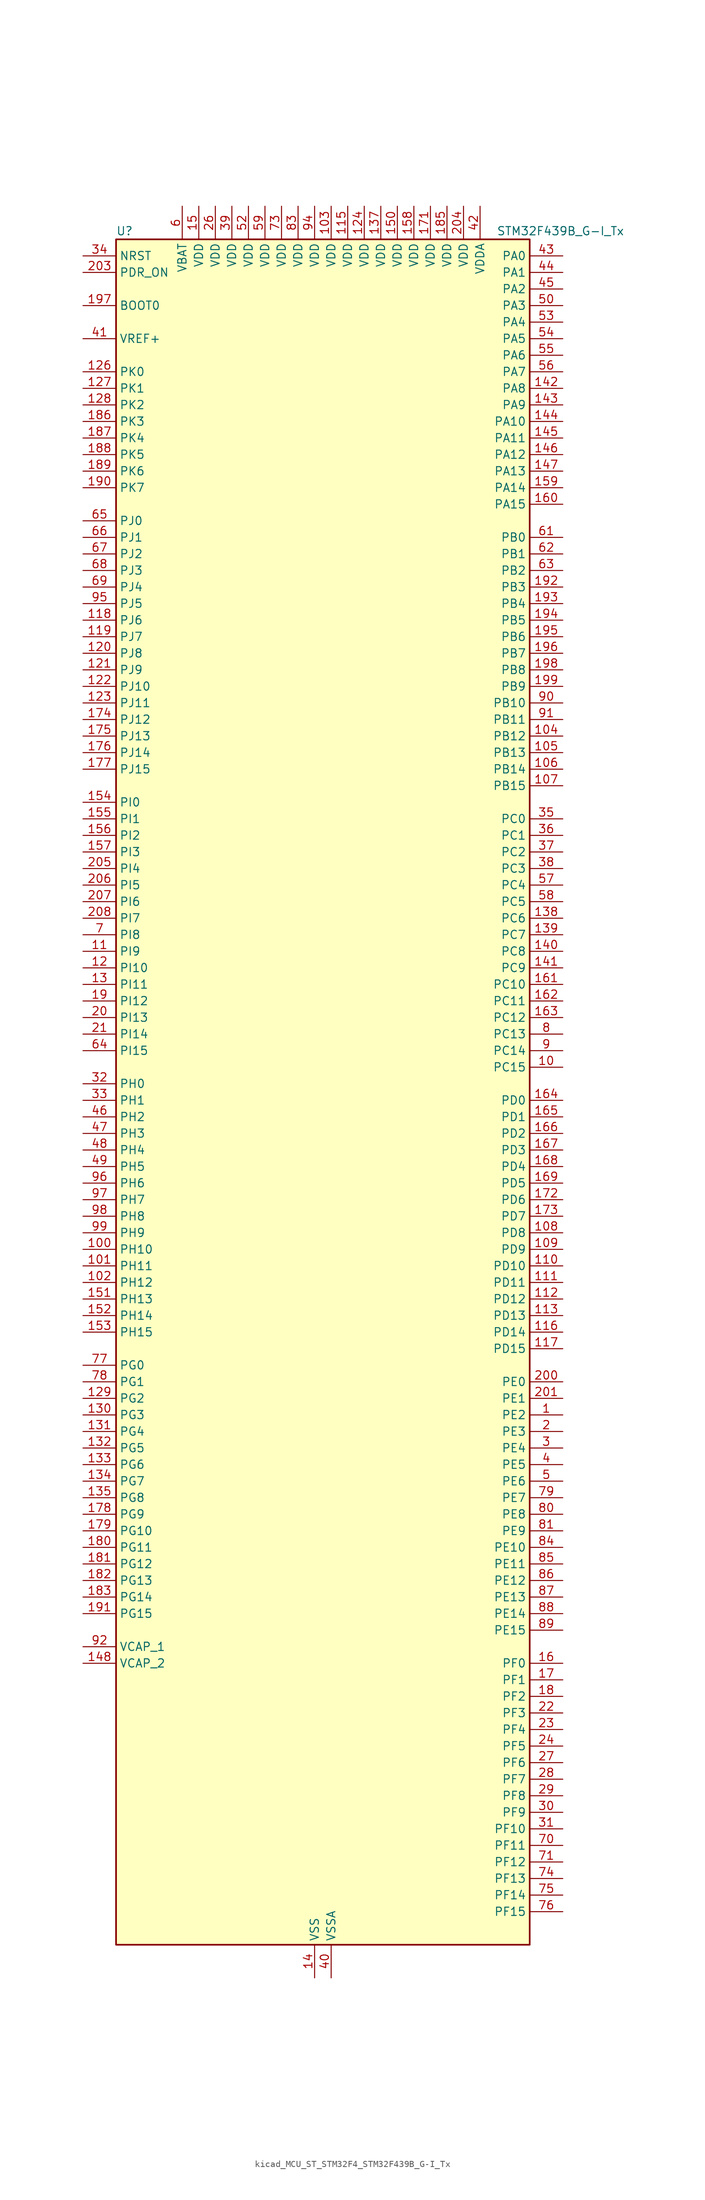
<source format=kicad_sym>
(kicad_symbol_lib
  (version 20220914)
  (generator kicad_symbol_editor)
  (symbol "kicad_MCU_ST_STM32F4_STM32F439B_G-I_Tx"
    (property "Reference" "U"
      (at -30.48 133.35 0)
      (effects (font (size 1.27 1.27)) (justify left)))
    (property "Value" "STM32F439B_G-I_Tx"
      (at 27.94 133.35 0)
      (effects (font (size 1.27 1.27)) (justify left)))
    (property "ki_locked" ""
      (at 0 0 0)
      (effects (font (size 1.27 1.27))))
    (symbol "kicad_MCU_ST_STM32F4_STM32F439B_G-I_Tx_0_1"
      (rectangle (start -30.48 -129.54) (end 33.02 132.08) (stroke (width 0.254) (type default)) (fill (type background))))
    (symbol "kicad_MCU_ST_STM32F4_STM32F439B_G-I_Tx_1_1"
      (pin bidirectional line (at 38.1 -48.26 180) (length 5.08) (name "PE2" (effects (font (size 1.27 1.27)))) (number "1" (effects (font (size 1.27 1.27)))) (alternate "ETH_TXD3" bidirectional line) (alternate "FMC_A23" bidirectional line) (alternate "SAI1_MCLK_A" bidirectional line) (alternate "SPI4_SCK" bidirectional line) (alternate "SYS_TRACECLK" bidirectional line))
      (pin bidirectional line (at 38.1 5.08 180) (length 5.08) (name "PC15" (effects (font (size 1.27 1.27)))) (number "10" (effects (font (size 1.27 1.27)))) (alternate "ADC1_EXTI15" bidirectional line) (alternate "ADC2_EXTI15" bidirectional line) (alternate "ADC3_EXTI15" bidirectional line) (alternate "RCC_OSC32_OUT" bidirectional line))
      (pin bidirectional line (at -35.56 -22.86 0) (length 5.08) (name "PH10" (effects (font (size 1.27 1.27)))) (number "100" (effects (font (size 1.27 1.27)))) (alternate "DCMI_D1" bidirectional line) (alternate "FMC_D18" bidirectional line) (alternate "LTDC_R4" bidirectional line) (alternate "TIM5_CH1" bidirectional line))
      (pin bidirectional line (at -35.56 -25.4 0) (length 5.08) (name "PH11" (effects (font (size 1.27 1.27)))) (number "101" (effects (font (size 1.27 1.27)))) (alternate "ADC1_EXTI11" bidirectional line) (alternate "ADC2_EXTI11" bidirectional line) (alternate "ADC3_EXTI11" bidirectional line) (alternate "DCMI_D2" bidirectional line) (alternate "FMC_D19" bidirectional line) (alternate "LTDC_R5" bidirectional line) (alternate "TIM5_CH2" bidirectional line))
      (pin bidirectional line (at -35.56 -27.94 0) (length 5.08) (name "PH12" (effects (font (size 1.27 1.27)))) (number "102" (effects (font (size 1.27 1.27)))) (alternate "DCMI_D3" bidirectional line) (alternate "FMC_D20" bidirectional line) (alternate "LTDC_R6" bidirectional line) (alternate "TIM5_CH3" bidirectional line))
      (pin power_in line (at 2.54 137.16 270) (length 5.08) (name "VDD" (effects (font (size 1.27 1.27)))) (number "103" (effects (font (size 1.27 1.27)))))
      (pin bidirectional line (at 38.1 55.88 180) (length 5.08) (name "PB12" (effects (font (size 1.27 1.27)))) (number "104" (effects (font (size 1.27 1.27)))) (alternate "CAN2_RX" bidirectional line) (alternate "ETH_TXD0" bidirectional line) (alternate "I2C2_SMBA" bidirectional line) (alternate "I2S2_WS" bidirectional line) (alternate "SPI2_NSS" bidirectional line) (alternate "TIM1_BKIN" bidirectional line) (alternate "USART3_CK" bidirectional line) (alternate "USB_OTG_HS_ID" bidirectional line) (alternate "USB_OTG_HS_ULPI_D5" bidirectional line))
      (pin bidirectional line (at 38.1 53.34 180) (length 5.08) (name "PB13" (effects (font (size 1.27 1.27)))) (number "105" (effects (font (size 1.27 1.27)))) (alternate "CAN2_TX" bidirectional line) (alternate "ETH_TXD1" bidirectional line) (alternate "I2S2_CK" bidirectional line) (alternate "SPI2_SCK" bidirectional line) (alternate "TIM1_CH1N" bidirectional line) (alternate "USART3_CTS" bidirectional line) (alternate "USB_OTG_HS_ULPI_D6" bidirectional line) (alternate "USB_OTG_HS_VBUS" bidirectional line))
      (pin bidirectional line (at 38.1 50.8 180) (length 5.08) (name "PB14" (effects (font (size 1.27 1.27)))) (number "106" (effects (font (size 1.27 1.27)))) (alternate "I2S2_ext_SD" bidirectional line) (alternate "SPI2_MISO" bidirectional line) (alternate "TIM12_CH1" bidirectional line) (alternate "TIM1_CH2N" bidirectional line) (alternate "TIM8_CH2N" bidirectional line) (alternate "USART3_RTS" bidirectional line) (alternate "USB_OTG_HS_DM" bidirectional line))
      (pin bidirectional line (at 38.1 48.26 180) (length 5.08) (name "PB15" (effects (font (size 1.27 1.27)))) (number "107" (effects (font (size 1.27 1.27)))) (alternate "ADC1_EXTI15" bidirectional line) (alternate "ADC2_EXTI15" bidirectional line) (alternate "ADC3_EXTI15" bidirectional line) (alternate "I2S2_SD" bidirectional line) (alternate "RTC_REFIN" bidirectional line) (alternate "SPI2_MOSI" bidirectional line) (alternate "TIM12_CH2" bidirectional line) (alternate "TIM1_CH3N" bidirectional line) (alternate "TIM8_CH3N" bidirectional line) (alternate "USB_OTG_HS_DP" bidirectional line))
      (pin bidirectional line (at 38.1 -20.32 180) (length 5.08) (name "PD8" (effects (font (size 1.27 1.27)))) (number "108" (effects (font (size 1.27 1.27)))) (alternate "FMC_D13" bidirectional line) (alternate "FMC_DA13" bidirectional line) (alternate "USART3_TX" bidirectional line))
      (pin bidirectional line (at 38.1 -22.86 180) (length 5.08) (name "PD9" (effects (font (size 1.27 1.27)))) (number "109" (effects (font (size 1.27 1.27)))) (alternate "DAC_EXTI9" bidirectional line) (alternate "FMC_D14" bidirectional line) (alternate "FMC_DA14" bidirectional line) (alternate "USART3_RX" bidirectional line))
      (pin bidirectional line (at -35.56 22.86 0) (length 5.08) (name "PI9" (effects (font (size 1.27 1.27)))) (number "11" (effects (font (size 1.27 1.27)))) (alternate "CAN1_RX" bidirectional line) (alternate "DAC_EXTI9" bidirectional line) (alternate "FMC_D30" bidirectional line) (alternate "LTDC_VSYNC" bidirectional line))
      (pin bidirectional line (at 38.1 -25.4 180) (length 5.08) (name "PD10" (effects (font (size 1.27 1.27)))) (number "110" (effects (font (size 1.27 1.27)))) (alternate "FMC_D15" bidirectional line) (alternate "FMC_DA15" bidirectional line) (alternate "LTDC_B3" bidirectional line) (alternate "USART3_CK" bidirectional line))
      (pin bidirectional line (at 38.1 -27.94 180) (length 5.08) (name "PD11" (effects (font (size 1.27 1.27)))) (number "111" (effects (font (size 1.27 1.27)))) (alternate "ADC1_EXTI11" bidirectional line) (alternate "ADC2_EXTI11" bidirectional line) (alternate "ADC3_EXTI11" bidirectional line) (alternate "FMC_A16" bidirectional line) (alternate "FMC_CLE" bidirectional line) (alternate "USART3_CTS" bidirectional line))
      (pin bidirectional line (at 38.1 -30.48 180) (length 5.08) (name "PD12" (effects (font (size 1.27 1.27)))) (number "112" (effects (font (size 1.27 1.27)))) (alternate "FMC_A17" bidirectional line) (alternate "FMC_ALE" bidirectional line) (alternate "TIM4_CH1" bidirectional line) (alternate "USART3_RTS" bidirectional line))
      (pin bidirectional line (at 38.1 -33.02 180) (length 5.08) (name "PD13" (effects (font (size 1.27 1.27)))) (number "113" (effects (font (size 1.27 1.27)))) (alternate "FMC_A18" bidirectional line) (alternate "TIM4_CH2" bidirectional line))
      (pin passive line (at 0 -134.62 90) (length 5.08) hide (name "VSS" (effects (font (size 1.27 1.27)))) (number "114" (effects (font (size 1.27 1.27)))))
      (pin power_in line (at 5.08 137.16 270) (length 5.08) (name "VDD" (effects (font (size 1.27 1.27)))) (number "115" (effects (font (size 1.27 1.27)))))
      (pin bidirectional line (at 38.1 -35.56 180) (length 5.08) (name "PD14" (effects (font (size 1.27 1.27)))) (number "116" (effects (font (size 1.27 1.27)))) (alternate "FMC_D0" bidirectional line) (alternate "FMC_DA0" bidirectional line) (alternate "TIM4_CH3" bidirectional line))
      (pin bidirectional line (at 38.1 -38.1 180) (length 5.08) (name "PD15" (effects (font (size 1.27 1.27)))) (number "117" (effects (font (size 1.27 1.27)))) (alternate "ADC1_EXTI15" bidirectional line) (alternate "ADC2_EXTI15" bidirectional line) (alternate "ADC3_EXTI15" bidirectional line) (alternate "FMC_D1" bidirectional line) (alternate "FMC_DA1" bidirectional line) (alternate "TIM4_CH4" bidirectional line))
      (pin bidirectional line (at -35.56 73.66 0) (length 5.08) (name "PJ6" (effects (font (size 1.27 1.27)))) (number "118" (effects (font (size 1.27 1.27)))) (alternate "LTDC_R7" bidirectional line))
      (pin bidirectional line (at -35.56 71.12 0) (length 5.08) (name "PJ7" (effects (font (size 1.27 1.27)))) (number "119" (effects (font (size 1.27 1.27)))) (alternate "LTDC_G0" bidirectional line))
      (pin bidirectional line (at -35.56 20.32 0) (length 5.08) (name "PI10" (effects (font (size 1.27 1.27)))) (number "12" (effects (font (size 1.27 1.27)))) (alternate "ETH_RX_ER" bidirectional line) (alternate "FMC_D31" bidirectional line) (alternate "LTDC_HSYNC" bidirectional line))
      (pin bidirectional line (at -35.56 68.58 0) (length 5.08) (name "PJ8" (effects (font (size 1.27 1.27)))) (number "120" (effects (font (size 1.27 1.27)))) (alternate "LTDC_G1" bidirectional line))
      (pin bidirectional line (at -35.56 66.04 0) (length 5.08) (name "PJ9" (effects (font (size 1.27 1.27)))) (number "121" (effects (font (size 1.27 1.27)))) (alternate "DAC_EXTI9" bidirectional line) (alternate "LTDC_G2" bidirectional line))
      (pin bidirectional line (at -35.56 63.5 0) (length 5.08) (name "PJ10" (effects (font (size 1.27 1.27)))) (number "122" (effects (font (size 1.27 1.27)))) (alternate "LTDC_G3" bidirectional line))
      (pin bidirectional line (at -35.56 60.96 0) (length 5.08) (name "PJ11" (effects (font (size 1.27 1.27)))) (number "123" (effects (font (size 1.27 1.27)))) (alternate "ADC1_EXTI11" bidirectional line) (alternate "ADC2_EXTI11" bidirectional line) (alternate "ADC3_EXTI11" bidirectional line) (alternate "LTDC_G4" bidirectional line))
      (pin power_in line (at 7.62 137.16 270) (length 5.08) (name "VDD" (effects (font (size 1.27 1.27)))) (number "124" (effects (font (size 1.27 1.27)))))
      (pin passive line (at 0 -134.62 90) (length 5.08) hide (name "VSS" (effects (font (size 1.27 1.27)))) (number "125" (effects (font (size 1.27 1.27)))))
      (pin bidirectional line (at -35.56 111.76 0) (length 5.08) (name "PK0" (effects (font (size 1.27 1.27)))) (number "126" (effects (font (size 1.27 1.27)))) (alternate "LTDC_G5" bidirectional line))
      (pin bidirectional line (at -35.56 109.22 0) (length 5.08) (name "PK1" (effects (font (size 1.27 1.27)))) (number "127" (effects (font (size 1.27 1.27)))) (alternate "LTDC_G6" bidirectional line))
      (pin bidirectional line (at -35.56 106.68 0) (length 5.08) (name "PK2" (effects (font (size 1.27 1.27)))) (number "128" (effects (font (size 1.27 1.27)))) (alternate "LTDC_G7" bidirectional line))
      (pin bidirectional line (at -35.56 -45.72 0) (length 5.08) (name "PG2" (effects (font (size 1.27 1.27)))) (number "129" (effects (font (size 1.27 1.27)))) (alternate "FMC_A12" bidirectional line))
      (pin bidirectional line (at -35.56 17.78 0) (length 5.08) (name "PI11" (effects (font (size 1.27 1.27)))) (number "13" (effects (font (size 1.27 1.27)))) (alternate "ADC1_EXTI11" bidirectional line) (alternate "ADC2_EXTI11" bidirectional line) (alternate "ADC3_EXTI11" bidirectional line) (alternate "USB_OTG_HS_ULPI_DIR" bidirectional line))
      (pin bidirectional line (at -35.56 -48.26 0) (length 5.08) (name "PG3" (effects (font (size 1.27 1.27)))) (number "130" (effects (font (size 1.27 1.27)))) (alternate "FMC_A13" bidirectional line))
      (pin bidirectional line (at -35.56 -50.8 0) (length 5.08) (name "PG4" (effects (font (size 1.27 1.27)))) (number "131" (effects (font (size 1.27 1.27)))) (alternate "FMC_A14" bidirectional line) (alternate "FMC_BA0" bidirectional line))
      (pin bidirectional line (at -35.56 -53.34 0) (length 5.08) (name "PG5" (effects (font (size 1.27 1.27)))) (number "132" (effects (font (size 1.27 1.27)))) (alternate "FMC_A15" bidirectional line) (alternate "FMC_BA1" bidirectional line))
      (pin bidirectional line (at -35.56 -55.88 0) (length 5.08) (name "PG6" (effects (font (size 1.27 1.27)))) (number "133" (effects (font (size 1.27 1.27)))) (alternate "DCMI_D12" bidirectional line) (alternate "FMC_INT2" bidirectional line) (alternate "LTDC_R7" bidirectional line))
      (pin bidirectional line (at -35.56 -58.42 0) (length 5.08) (name "PG7" (effects (font (size 1.27 1.27)))) (number "134" (effects (font (size 1.27 1.27)))) (alternate "DCMI_D13" bidirectional line) (alternate "FMC_INT3" bidirectional line) (alternate "LTDC_CLK" bidirectional line) (alternate "USART6_CK" bidirectional line))
      (pin bidirectional line (at -35.56 -60.96 0) (length 5.08) (name "PG8" (effects (font (size 1.27 1.27)))) (number "135" (effects (font (size 1.27 1.27)))) (alternate "ETH_PPS_OUT" bidirectional line) (alternate "FMC_SDCLK" bidirectional line) (alternate "SPI6_NSS" bidirectional line) (alternate "USART6_RTS" bidirectional line))
      (pin passive line (at 0 -134.62 90) (length 5.08) hide (name "VSS" (effects (font (size 1.27 1.27)))) (number "136" (effects (font (size 1.27 1.27)))))
      (pin power_in line (at 10.16 137.16 270) (length 5.08) (name "VDD" (effects (font (size 1.27 1.27)))) (number "137" (effects (font (size 1.27 1.27)))))
      (pin bidirectional line (at 38.1 27.94 180) (length 5.08) (name "PC6" (effects (font (size 1.27 1.27)))) (number "138" (effects (font (size 1.27 1.27)))) (alternate "DCMI_D0" bidirectional line) (alternate "I2S2_MCK" bidirectional line) (alternate "LTDC_HSYNC" bidirectional line) (alternate "SDIO_D6" bidirectional line) (alternate "TIM3_CH1" bidirectional line) (alternate "TIM8_CH1" bidirectional line) (alternate "USART6_TX" bidirectional line))
      (pin bidirectional line (at 38.1 25.4 180) (length 5.08) (name "PC7" (effects (font (size 1.27 1.27)))) (number "139" (effects (font (size 1.27 1.27)))) (alternate "DCMI_D1" bidirectional line) (alternate "I2S3_MCK" bidirectional line) (alternate "LTDC_G6" bidirectional line) (alternate "SDIO_D7" bidirectional line) (alternate "TIM3_CH2" bidirectional line) (alternate "TIM8_CH2" bidirectional line) (alternate "USART6_RX" bidirectional line))
      (pin power_in line (at 0 -134.62 90) (length 5.08) (name "VSS" (effects (font (size 1.27 1.27)))) (number "14" (effects (font (size 1.27 1.27)))))
      (pin bidirectional line (at 38.1 22.86 180) (length 5.08) (name "PC8" (effects (font (size 1.27 1.27)))) (number "140" (effects (font (size 1.27 1.27)))) (alternate "DCMI_D2" bidirectional line) (alternate "SDIO_D0" bidirectional line) (alternate "TIM3_CH3" bidirectional line) (alternate "TIM8_CH3" bidirectional line) (alternate "USART6_CK" bidirectional line))
      (pin bidirectional line (at 38.1 20.32 180) (length 5.08) (name "PC9" (effects (font (size 1.27 1.27)))) (number "141" (effects (font (size 1.27 1.27)))) (alternate "DAC_EXTI9" bidirectional line) (alternate "DCMI_D3" bidirectional line) (alternate "I2C3_SDA" bidirectional line) (alternate "I2S_CKIN" bidirectional line) (alternate "RCC_MCO_2" bidirectional line) (alternate "SDIO_D1" bidirectional line) (alternate "TIM3_CH4" bidirectional line) (alternate "TIM8_CH4" bidirectional line))
      (pin bidirectional line (at 38.1 109.22 180) (length 5.08) (name "PA8" (effects (font (size 1.27 1.27)))) (number "142" (effects (font (size 1.27 1.27)))) (alternate "I2C3_SCL" bidirectional line) (alternate "LTDC_R6" bidirectional line) (alternate "RCC_MCO_1" bidirectional line) (alternate "TIM1_CH1" bidirectional line) (alternate "USART1_CK" bidirectional line) (alternate "USB_OTG_FS_SOF" bidirectional line))
      (pin bidirectional line (at 38.1 106.68 180) (length 5.08) (name "PA9" (effects (font (size 1.27 1.27)))) (number "143" (effects (font (size 1.27 1.27)))) (alternate "DAC_EXTI9" bidirectional line) (alternate "DCMI_D0" bidirectional line) (alternate "I2C3_SMBA" bidirectional line) (alternate "TIM1_CH2" bidirectional line) (alternate "USART1_TX" bidirectional line) (alternate "USB_OTG_FS_VBUS" bidirectional line))
      (pin bidirectional line (at 38.1 104.14 180) (length 5.08) (name "PA10" (effects (font (size 1.27 1.27)))) (number "144" (effects (font (size 1.27 1.27)))) (alternate "DCMI_D1" bidirectional line) (alternate "TIM1_CH3" bidirectional line) (alternate "USART1_RX" bidirectional line) (alternate "USB_OTG_FS_ID" bidirectional line))
      (pin bidirectional line (at 38.1 101.6 180) (length 5.08) (name "PA11" (effects (font (size 1.27 1.27)))) (number "145" (effects (font (size 1.27 1.27)))) (alternate "ADC1_EXTI11" bidirectional line) (alternate "ADC2_EXTI11" bidirectional line) (alternate "ADC3_EXTI11" bidirectional line) (alternate "CAN1_RX" bidirectional line) (alternate "LTDC_R4" bidirectional line) (alternate "TIM1_CH4" bidirectional line) (alternate "USART1_CTS" bidirectional line) (alternate "USB_OTG_FS_DM" bidirectional line))
      (pin bidirectional line (at 38.1 99.06 180) (length 5.08) (name "PA12" (effects (font (size 1.27 1.27)))) (number "146" (effects (font (size 1.27 1.27)))) (alternate "CAN1_TX" bidirectional line) (alternate "LTDC_R5" bidirectional line) (alternate "TIM1_ETR" bidirectional line) (alternate "USART1_RTS" bidirectional line) (alternate "USB_OTG_FS_DP" bidirectional line))
      (pin bidirectional line (at 38.1 96.52 180) (length 5.08) (name "PA13" (effects (font (size 1.27 1.27)))) (number "147" (effects (font (size 1.27 1.27)))) (alternate "SYS_JTMS-SWDIO" bidirectional line))
      (pin power_out line (at -35.56 -86.36 0) (length 5.08) (name "VCAP_2" (effects (font (size 1.27 1.27)))) (number "148" (effects (font (size 1.27 1.27)))))
      (pin passive line (at 0 -134.62 90) (length 5.08) hide (name "VSS" (effects (font (size 1.27 1.27)))) (number "149" (effects (font (size 1.27 1.27)))))
      (pin power_in line (at -17.78 137.16 270) (length 5.08) (name "VDD" (effects (font (size 1.27 1.27)))) (number "15" (effects (font (size 1.27 1.27)))))
      (pin power_in line (at 12.7 137.16 270) (length 5.08) (name "VDD" (effects (font (size 1.27 1.27)))) (number "150" (effects (font (size 1.27 1.27)))))
      (pin bidirectional line (at -35.56 -30.48 0) (length 5.08) (name "PH13" (effects (font (size 1.27 1.27)))) (number "151" (effects (font (size 1.27 1.27)))) (alternate "CAN1_TX" bidirectional line) (alternate "FMC_D21" bidirectional line) (alternate "LTDC_G2" bidirectional line) (alternate "TIM8_CH1N" bidirectional line))
      (pin bidirectional line (at -35.56 -33.02 0) (length 5.08) (name "PH14" (effects (font (size 1.27 1.27)))) (number "152" (effects (font (size 1.27 1.27)))) (alternate "DCMI_D4" bidirectional line) (alternate "FMC_D22" bidirectional line) (alternate "LTDC_G3" bidirectional line) (alternate "TIM8_CH2N" bidirectional line))
      (pin bidirectional line (at -35.56 -35.56 0) (length 5.08) (name "PH15" (effects (font (size 1.27 1.27)))) (number "153" (effects (font (size 1.27 1.27)))) (alternate "ADC1_EXTI15" bidirectional line) (alternate "ADC2_EXTI15" bidirectional line) (alternate "ADC3_EXTI15" bidirectional line) (alternate "DCMI_D11" bidirectional line) (alternate "FMC_D23" bidirectional line) (alternate "LTDC_G4" bidirectional line) (alternate "TIM8_CH3N" bidirectional line))
      (pin bidirectional line (at -35.56 45.72 0) (length 5.08) (name "PI0" (effects (font (size 1.27 1.27)))) (number "154" (effects (font (size 1.27 1.27)))) (alternate "DCMI_D13" bidirectional line) (alternate "FMC_D24" bidirectional line) (alternate "I2S2_WS" bidirectional line) (alternate "LTDC_G5" bidirectional line) (alternate "SPI2_NSS" bidirectional line) (alternate "TIM5_CH4" bidirectional line))
      (pin bidirectional line (at -35.56 43.18 0) (length 5.08) (name "PI1" (effects (font (size 1.27 1.27)))) (number "155" (effects (font (size 1.27 1.27)))) (alternate "DCMI_D8" bidirectional line) (alternate "FMC_D25" bidirectional line) (alternate "I2S2_CK" bidirectional line) (alternate "LTDC_G6" bidirectional line) (alternate "SPI2_SCK" bidirectional line))
      (pin bidirectional line (at -35.56 40.64 0) (length 5.08) (name "PI2" (effects (font (size 1.27 1.27)))) (number "156" (effects (font (size 1.27 1.27)))) (alternate "DCMI_D9" bidirectional line) (alternate "FMC_D26" bidirectional line) (alternate "I2S2_ext_SD" bidirectional line) (alternate "LTDC_G7" bidirectional line) (alternate "SPI2_MISO" bidirectional line) (alternate "TIM8_CH4" bidirectional line))
      (pin bidirectional line (at -35.56 38.1 0) (length 5.08) (name "PI3" (effects (font (size 1.27 1.27)))) (number "157" (effects (font (size 1.27 1.27)))) (alternate "DCMI_D10" bidirectional line) (alternate "FMC_D27" bidirectional line) (alternate "I2S2_SD" bidirectional line) (alternate "SPI2_MOSI" bidirectional line) (alternate "TIM8_ETR" bidirectional line))
      (pin power_in line (at 15.24 137.16 270) (length 5.08) (name "VDD" (effects (font (size 1.27 1.27)))) (number "158" (effects (font (size 1.27 1.27)))))
      (pin bidirectional line (at 38.1 93.98 180) (length 5.08) (name "PA14" (effects (font (size 1.27 1.27)))) (number "159" (effects (font (size 1.27 1.27)))) (alternate "SYS_JTCK-SWCLK" bidirectional line))
      (pin bidirectional line (at 38.1 -86.36 180) (length 5.08) (name "PF0" (effects (font (size 1.27 1.27)))) (number "16" (effects (font (size 1.27 1.27)))) (alternate "FMC_A0" bidirectional line) (alternate "I2C2_SDA" bidirectional line))
      (pin bidirectional line (at 38.1 91.44 180) (length 5.08) (name "PA15" (effects (font (size 1.27 1.27)))) (number "160" (effects (font (size 1.27 1.27)))) (alternate "ADC1_EXTI15" bidirectional line) (alternate "ADC2_EXTI15" bidirectional line) (alternate "ADC3_EXTI15" bidirectional line) (alternate "I2S3_WS" bidirectional line) (alternate "SPI1_NSS" bidirectional line) (alternate "SPI3_NSS" bidirectional line) (alternate "SYS_JTDI" bidirectional line) (alternate "TIM2_CH1" bidirectional line) (alternate "TIM2_ETR" bidirectional line))
      (pin bidirectional line (at 38.1 17.78 180) (length 5.08) (name "PC10" (effects (font (size 1.27 1.27)))) (number "161" (effects (font (size 1.27 1.27)))) (alternate "DCMI_D8" bidirectional line) (alternate "I2S3_CK" bidirectional line) (alternate "LTDC_R2" bidirectional line) (alternate "SDIO_D2" bidirectional line) (alternate "SPI3_SCK" bidirectional line) (alternate "UART4_TX" bidirectional line) (alternate "USART3_TX" bidirectional line))
      (pin bidirectional line (at 38.1 15.24 180) (length 5.08) (name "PC11" (effects (font (size 1.27 1.27)))) (number "162" (effects (font (size 1.27 1.27)))) (alternate "ADC1_EXTI11" bidirectional line) (alternate "ADC2_EXTI11" bidirectional line) (alternate "ADC3_EXTI11" bidirectional line) (alternate "DCMI_D4" bidirectional line) (alternate "I2S3_ext_SD" bidirectional line) (alternate "SDIO_D3" bidirectional line) (alternate "SPI3_MISO" bidirectional line) (alternate "UART4_RX" bidirectional line) (alternate "USART3_RX" bidirectional line))
      (pin bidirectional line (at 38.1 12.7 180) (length 5.08) (name "PC12" (effects (font (size 1.27 1.27)))) (number "163" (effects (font (size 1.27 1.27)))) (alternate "DCMI_D9" bidirectional line) (alternate "I2S3_SD" bidirectional line) (alternate "SDIO_CK" bidirectional line) (alternate "SPI3_MOSI" bidirectional line) (alternate "UART5_TX" bidirectional line) (alternate "USART3_CK" bidirectional line))
      (pin bidirectional line (at 38.1 0 180) (length 5.08) (name "PD0" (effects (font (size 1.27 1.27)))) (number "164" (effects (font (size 1.27 1.27)))) (alternate "CAN1_RX" bidirectional line) (alternate "FMC_D2" bidirectional line) (alternate "FMC_DA2" bidirectional line))
      (pin bidirectional line (at 38.1 -2.54 180) (length 5.08) (name "PD1" (effects (font (size 1.27 1.27)))) (number "165" (effects (font (size 1.27 1.27)))) (alternate "CAN1_TX" bidirectional line) (alternate "FMC_D3" bidirectional line) (alternate "FMC_DA3" bidirectional line))
      (pin bidirectional line (at 38.1 -5.08 180) (length 5.08) (name "PD2" (effects (font (size 1.27 1.27)))) (number "166" (effects (font (size 1.27 1.27)))) (alternate "DCMI_D11" bidirectional line) (alternate "SDIO_CMD" bidirectional line) (alternate "TIM3_ETR" bidirectional line) (alternate "UART5_RX" bidirectional line))
      (pin bidirectional line (at 38.1 -7.62 180) (length 5.08) (name "PD3" (effects (font (size 1.27 1.27)))) (number "167" (effects (font (size 1.27 1.27)))) (alternate "DCMI_D5" bidirectional line) (alternate "FMC_CLK" bidirectional line) (alternate "I2S2_CK" bidirectional line) (alternate "LTDC_G7" bidirectional line) (alternate "SPI2_SCK" bidirectional line) (alternate "USART2_CTS" bidirectional line))
      (pin bidirectional line (at 38.1 -10.16 180) (length 5.08) (name "PD4" (effects (font (size 1.27 1.27)))) (number "168" (effects (font (size 1.27 1.27)))) (alternate "FMC_NOE" bidirectional line) (alternate "USART2_RTS" bidirectional line))
      (pin bidirectional line (at 38.1 -12.7 180) (length 5.08) (name "PD5" (effects (font (size 1.27 1.27)))) (number "169" (effects (font (size 1.27 1.27)))) (alternate "FMC_NWE" bidirectional line) (alternate "USART2_TX" bidirectional line))
      (pin bidirectional line (at 38.1 -88.9 180) (length 5.08) (name "PF1" (effects (font (size 1.27 1.27)))) (number "17" (effects (font (size 1.27 1.27)))) (alternate "FMC_A1" bidirectional line) (alternate "I2C2_SCL" bidirectional line))
      (pin passive line (at 0 -134.62 90) (length 5.08) hide (name "VSS" (effects (font (size 1.27 1.27)))) (number "170" (effects (font (size 1.27 1.27)))))
      (pin power_in line (at 17.78 137.16 270) (length 5.08) (name "VDD" (effects (font (size 1.27 1.27)))) (number "171" (effects (font (size 1.27 1.27)))))
      (pin bidirectional line (at 38.1 -15.24 180) (length 5.08) (name "PD6" (effects (font (size 1.27 1.27)))) (number "172" (effects (font (size 1.27 1.27)))) (alternate "DCMI_D10" bidirectional line) (alternate "FMC_NWAIT" bidirectional line) (alternate "I2S3_SD" bidirectional line) (alternate "LTDC_B2" bidirectional line) (alternate "SAI1_SD_A" bidirectional line) (alternate "SPI3_MOSI" bidirectional line) (alternate "USART2_RX" bidirectional line))
      (pin bidirectional line (at 38.1 -17.78 180) (length 5.08) (name "PD7" (effects (font (size 1.27 1.27)))) (number "173" (effects (font (size 1.27 1.27)))) (alternate "FMC_NCE2" bidirectional line) (alternate "FMC_NE1" bidirectional line) (alternate "USART2_CK" bidirectional line))
      (pin bidirectional line (at -35.56 58.42 0) (length 5.08) (name "PJ12" (effects (font (size 1.27 1.27)))) (number "174" (effects (font (size 1.27 1.27)))) (alternate "LTDC_B0" bidirectional line))
      (pin bidirectional line (at -35.56 55.88 0) (length 5.08) (name "PJ13" (effects (font (size 1.27 1.27)))) (number "175" (effects (font (size 1.27 1.27)))) (alternate "LTDC_B1" bidirectional line))
      (pin bidirectional line (at -35.56 53.34 0) (length 5.08) (name "PJ14" (effects (font (size 1.27 1.27)))) (number "176" (effects (font (size 1.27 1.27)))) (alternate "LTDC_B2" bidirectional line))
      (pin bidirectional line (at -35.56 50.8 0) (length 5.08) (name "PJ15" (effects (font (size 1.27 1.27)))) (number "177" (effects (font (size 1.27 1.27)))) (alternate "ADC1_EXTI15" bidirectional line) (alternate "ADC2_EXTI15" bidirectional line) (alternate "ADC3_EXTI15" bidirectional line) (alternate "LTDC_B3" bidirectional line))
      (pin bidirectional line (at -35.56 -63.5 0) (length 5.08) (name "PG9" (effects (font (size 1.27 1.27)))) (number "178" (effects (font (size 1.27 1.27)))) (alternate "DAC_EXTI9" bidirectional line) (alternate "DCMI_VSYNC" bidirectional line) (alternate "FMC_NCE3" bidirectional line) (alternate "FMC_NE2" bidirectional line) (alternate "USART6_RX" bidirectional line))
      (pin bidirectional line (at -35.56 -66.04 0) (length 5.08) (name "PG10" (effects (font (size 1.27 1.27)))) (number "179" (effects (font (size 1.27 1.27)))) (alternate "DCMI_D2" bidirectional line) (alternate "FMC_NCE4_1" bidirectional line) (alternate "FMC_NE3" bidirectional line) (alternate "LTDC_B2" bidirectional line) (alternate "LTDC_G3" bidirectional line))
      (pin bidirectional line (at 38.1 -91.44 180) (length 5.08) (name "PF2" (effects (font (size 1.27 1.27)))) (number "18" (effects (font (size 1.27 1.27)))) (alternate "FMC_A2" bidirectional line) (alternate "I2C2_SMBA" bidirectional line))
      (pin bidirectional line (at -35.56 -68.58 0) (length 5.08) (name "PG11" (effects (font (size 1.27 1.27)))) (number "180" (effects (font (size 1.27 1.27)))) (alternate "ADC1_EXTI11" bidirectional line) (alternate "ADC2_EXTI11" bidirectional line) (alternate "ADC3_EXTI11" bidirectional line) (alternate "DCMI_D3" bidirectional line) (alternate "ETH_TX_EN" bidirectional line) (alternate "FMC_NCE4_2" bidirectional line) (alternate "LTDC_B3" bidirectional line))
      (pin bidirectional line (at -35.56 -71.12 0) (length 5.08) (name "PG12" (effects (font (size 1.27 1.27)))) (number "181" (effects (font (size 1.27 1.27)))) (alternate "FMC_NE4" bidirectional line) (alternate "LTDC_B1" bidirectional line) (alternate "LTDC_B4" bidirectional line) (alternate "SPI6_MISO" bidirectional line) (alternate "USART6_RTS" bidirectional line))
      (pin bidirectional line (at -35.56 -73.66 0) (length 5.08) (name "PG13" (effects (font (size 1.27 1.27)))) (number "182" (effects (font (size 1.27 1.27)))) (alternate "ETH_TXD0" bidirectional line) (alternate "FMC_A24" bidirectional line) (alternate "SPI6_SCK" bidirectional line) (alternate "USART6_CTS" bidirectional line))
      (pin bidirectional line (at -35.56 -76.2 0) (length 5.08) (name "PG14" (effects (font (size 1.27 1.27)))) (number "183" (effects (font (size 1.27 1.27)))) (alternate "ETH_TXD1" bidirectional line) (alternate "FMC_A25" bidirectional line) (alternate "SPI6_MOSI" bidirectional line) (alternate "USART6_TX" bidirectional line))
      (pin passive line (at 0 -134.62 90) (length 5.08) hide (name "VSS" (effects (font (size 1.27 1.27)))) (number "184" (effects (font (size 1.27 1.27)))))
      (pin power_in line (at 20.32 137.16 270) (length 5.08) (name "VDD" (effects (font (size 1.27 1.27)))) (number "185" (effects (font (size 1.27 1.27)))))
      (pin bidirectional line (at -35.56 104.14 0) (length 5.08) (name "PK3" (effects (font (size 1.27 1.27)))) (number "186" (effects (font (size 1.27 1.27)))) (alternate "LTDC_B4" bidirectional line))
      (pin bidirectional line (at -35.56 101.6 0) (length 5.08) (name "PK4" (effects (font (size 1.27 1.27)))) (number "187" (effects (font (size 1.27 1.27)))) (alternate "LTDC_B5" bidirectional line))
      (pin bidirectional line (at -35.56 99.06 0) (length 5.08) (name "PK5" (effects (font (size 1.27 1.27)))) (number "188" (effects (font (size 1.27 1.27)))) (alternate "LTDC_B6" bidirectional line))
      (pin bidirectional line (at -35.56 96.52 0) (length 5.08) (name "PK6" (effects (font (size 1.27 1.27)))) (number "189" (effects (font (size 1.27 1.27)))) (alternate "LTDC_B7" bidirectional line))
      (pin bidirectional line (at -35.56 15.24 0) (length 5.08) (name "PI12" (effects (font (size 1.27 1.27)))) (number "19" (effects (font (size 1.27 1.27)))) (alternate "LTDC_HSYNC" bidirectional line))
      (pin bidirectional line (at -35.56 93.98 0) (length 5.08) (name "PK7" (effects (font (size 1.27 1.27)))) (number "190" (effects (font (size 1.27 1.27)))) (alternate "LTDC_DE" bidirectional line))
      (pin bidirectional line (at -35.56 -78.74 0) (length 5.08) (name "PG15" (effects (font (size 1.27 1.27)))) (number "191" (effects (font (size 1.27 1.27)))) (alternate "ADC1_EXTI15" bidirectional line) (alternate "ADC2_EXTI15" bidirectional line) (alternate "ADC3_EXTI15" bidirectional line) (alternate "DCMI_D13" bidirectional line) (alternate "FMC_SDNCAS" bidirectional line) (alternate "USART6_CTS" bidirectional line))
      (pin bidirectional line (at 38.1 78.74 180) (length 5.08) (name "PB3" (effects (font (size 1.27 1.27)))) (number "192" (effects (font (size 1.27 1.27)))) (alternate "I2S3_CK" bidirectional line) (alternate "SPI1_SCK" bidirectional line) (alternate "SPI3_SCK" bidirectional line) (alternate "SYS_JTDO-SWO" bidirectional line) (alternate "TIM2_CH2" bidirectional line))
      (pin bidirectional line (at 38.1 76.2 180) (length 5.08) (name "PB4" (effects (font (size 1.27 1.27)))) (number "193" (effects (font (size 1.27 1.27)))) (alternate "I2S3_ext_SD" bidirectional line) (alternate "SPI1_MISO" bidirectional line) (alternate "SPI3_MISO" bidirectional line) (alternate "SYS_JTRST" bidirectional line) (alternate "TIM3_CH1" bidirectional line))
      (pin bidirectional line (at 38.1 73.66 180) (length 5.08) (name "PB5" (effects (font (size 1.27 1.27)))) (number "194" (effects (font (size 1.27 1.27)))) (alternate "CAN2_RX" bidirectional line) (alternate "DCMI_D10" bidirectional line) (alternate "ETH_PPS_OUT" bidirectional line) (alternate "FMC_SDCKE1" bidirectional line) (alternate "I2C1_SMBA" bidirectional line) (alternate "I2S3_SD" bidirectional line) (alternate "SPI1_MOSI" bidirectional line) (alternate "SPI3_MOSI" bidirectional line) (alternate "TIM3_CH2" bidirectional line) (alternate "USB_OTG_HS_ULPI_D7" bidirectional line))
      (pin bidirectional line (at 38.1 71.12 180) (length 5.08) (name "PB6" (effects (font (size 1.27 1.27)))) (number "195" (effects (font (size 1.27 1.27)))) (alternate "CAN2_TX" bidirectional line) (alternate "DCMI_D5" bidirectional line) (alternate "FMC_SDNE1" bidirectional line) (alternate "I2C1_SCL" bidirectional line) (alternate "TIM4_CH1" bidirectional line) (alternate "USART1_TX" bidirectional line))
      (pin bidirectional line (at 38.1 68.58 180) (length 5.08) (name "PB7" (effects (font (size 1.27 1.27)))) (number "196" (effects (font (size 1.27 1.27)))) (alternate "DCMI_VSYNC" bidirectional line) (alternate "FMC_NL" bidirectional line) (alternate "I2C1_SDA" bidirectional line) (alternate "TIM4_CH2" bidirectional line) (alternate "USART1_RX" bidirectional line))
      (pin input line (at -35.56 121.92 0) (length 5.08) (name "BOOT0" (effects (font (size 1.27 1.27)))) (number "197" (effects (font (size 1.27 1.27)))))
      (pin bidirectional line (at 38.1 66.04 180) (length 5.08) (name "PB8" (effects (font (size 1.27 1.27)))) (number "198" (effects (font (size 1.27 1.27)))) (alternate "CAN1_RX" bidirectional line) (alternate "DCMI_D6" bidirectional line) (alternate "ETH_TXD3" bidirectional line) (alternate "I2C1_SCL" bidirectional line) (alternate "LTDC_B6" bidirectional line) (alternate "SDIO_D4" bidirectional line) (alternate "TIM10_CH1" bidirectional line) (alternate "TIM4_CH3" bidirectional line))
      (pin bidirectional line (at 38.1 63.5 180) (length 5.08) (name "PB9" (effects (font (size 1.27 1.27)))) (number "199" (effects (font (size 1.27 1.27)))) (alternate "CAN1_TX" bidirectional line) (alternate "DAC_EXTI9" bidirectional line) (alternate "DCMI_D7" bidirectional line) (alternate "I2C1_SDA" bidirectional line) (alternate "I2S2_WS" bidirectional line) (alternate "LTDC_B7" bidirectional line) (alternate "SDIO_D5" bidirectional line) (alternate "SPI2_NSS" bidirectional line) (alternate "TIM11_CH1" bidirectional line) (alternate "TIM4_CH4" bidirectional line))
      (pin bidirectional line (at 38.1 -50.8 180) (length 5.08) (name "PE3" (effects (font (size 1.27 1.27)))) (number "2" (effects (font (size 1.27 1.27)))) (alternate "FMC_A19" bidirectional line) (alternate "SAI1_SD_B" bidirectional line) (alternate "SYS_TRACED0" bidirectional line))
      (pin bidirectional line (at -35.56 12.7 0) (length 5.08) (name "PI13" (effects (font (size 1.27 1.27)))) (number "20" (effects (font (size 1.27 1.27)))) (alternate "LTDC_VSYNC" bidirectional line))
      (pin bidirectional line (at 38.1 -43.18 180) (length 5.08) (name "PE0" (effects (font (size 1.27 1.27)))) (number "200" (effects (font (size 1.27 1.27)))) (alternate "DCMI_D2" bidirectional line) (alternate "FMC_NBL0" bidirectional line) (alternate "TIM4_ETR" bidirectional line) (alternate "UART8_RX" bidirectional line))
      (pin bidirectional line (at 38.1 -45.72 180) (length 5.08) (name "PE1" (effects (font (size 1.27 1.27)))) (number "201" (effects (font (size 1.27 1.27)))) (alternate "DCMI_D3" bidirectional line) (alternate "FMC_NBL1" bidirectional line) (alternate "UART8_TX" bidirectional line))
      (pin passive line (at 0 -134.62 90) (length 5.08) hide (name "VSS" (effects (font (size 1.27 1.27)))) (number "202" (effects (font (size 1.27 1.27)))))
      (pin input line (at -35.56 127 0) (length 5.08) (name "PDR_ON" (effects (font (size 1.27 1.27)))) (number "203" (effects (font (size 1.27 1.27)))))
      (pin power_in line (at 22.86 137.16 270) (length 5.08) (name "VDD" (effects (font (size 1.27 1.27)))) (number "204" (effects (font (size 1.27 1.27)))))
      (pin bidirectional line (at -35.56 35.56 0) (length 5.08) (name "PI4" (effects (font (size 1.27 1.27)))) (number "205" (effects (font (size 1.27 1.27)))) (alternate "DCMI_D5" bidirectional line) (alternate "FMC_NBL2" bidirectional line) (alternate "LTDC_B4" bidirectional line) (alternate "TIM8_BKIN" bidirectional line))
      (pin bidirectional line (at -35.56 33.02 0) (length 5.08) (name "PI5" (effects (font (size 1.27 1.27)))) (number "206" (effects (font (size 1.27 1.27)))) (alternate "DCMI_VSYNC" bidirectional line) (alternate "FMC_NBL3" bidirectional line) (alternate "LTDC_B5" bidirectional line) (alternate "TIM8_CH1" bidirectional line))
      (pin bidirectional line (at -35.56 30.48 0) (length 5.08) (name "PI6" (effects (font (size 1.27 1.27)))) (number "207" (effects (font (size 1.27 1.27)))) (alternate "DCMI_D6" bidirectional line) (alternate "FMC_D28" bidirectional line) (alternate "LTDC_B6" bidirectional line) (alternate "TIM8_CH2" bidirectional line))
      (pin bidirectional line (at -35.56 27.94 0) (length 5.08) (name "PI7" (effects (font (size 1.27 1.27)))) (number "208" (effects (font (size 1.27 1.27)))) (alternate "DCMI_D7" bidirectional line) (alternate "FMC_D29" bidirectional line) (alternate "LTDC_B7" bidirectional line) (alternate "TIM8_CH3" bidirectional line))
      (pin bidirectional line (at -35.56 10.16 0) (length 5.08) (name "PI14" (effects (font (size 1.27 1.27)))) (number "21" (effects (font (size 1.27 1.27)))) (alternate "LTDC_CLK" bidirectional line))
      (pin bidirectional line (at 38.1 -93.98 180) (length 5.08) (name "PF3" (effects (font (size 1.27 1.27)))) (number "22" (effects (font (size 1.27 1.27)))) (alternate "ADC3_IN9" bidirectional line) (alternate "FMC_A3" bidirectional line))
      (pin bidirectional line (at 38.1 -96.52 180) (length 5.08) (name "PF4" (effects (font (size 1.27 1.27)))) (number "23" (effects (font (size 1.27 1.27)))) (alternate "ADC3_IN14" bidirectional line) (alternate "FMC_A4" bidirectional line))
      (pin bidirectional line (at 38.1 -99.06 180) (length 5.08) (name "PF5" (effects (font (size 1.27 1.27)))) (number "24" (effects (font (size 1.27 1.27)))) (alternate "ADC3_IN15" bidirectional line) (alternate "FMC_A5" bidirectional line))
      (pin passive line (at 0 -134.62 90) (length 5.08) hide (name "VSS" (effects (font (size 1.27 1.27)))) (number "25" (effects (font (size 1.27 1.27)))))
      (pin power_in line (at -15.24 137.16 270) (length 5.08) (name "VDD" (effects (font (size 1.27 1.27)))) (number "26" (effects (font (size 1.27 1.27)))))
      (pin bidirectional line (at 38.1 -101.6 180) (length 5.08) (name "PF6" (effects (font (size 1.27 1.27)))) (number "27" (effects (font (size 1.27 1.27)))) (alternate "ADC3_IN4" bidirectional line) (alternate "FMC_NIORD" bidirectional line) (alternate "SAI1_SD_B" bidirectional line) (alternate "SPI5_NSS" bidirectional line) (alternate "TIM10_CH1" bidirectional line) (alternate "UART7_RX" bidirectional line))
      (pin bidirectional line (at 38.1 -104.14 180) (length 5.08) (name "PF7" (effects (font (size 1.27 1.27)))) (number "28" (effects (font (size 1.27 1.27)))) (alternate "ADC3_IN5" bidirectional line) (alternate "FMC_NREG" bidirectional line) (alternate "SAI1_MCLK_B" bidirectional line) (alternate "SPI5_SCK" bidirectional line) (alternate "TIM11_CH1" bidirectional line) (alternate "UART7_TX" bidirectional line))
      (pin bidirectional line (at 38.1 -106.68 180) (length 5.08) (name "PF8" (effects (font (size 1.27 1.27)))) (number "29" (effects (font (size 1.27 1.27)))) (alternate "ADC3_IN6" bidirectional line) (alternate "FMC_NIOWR" bidirectional line) (alternate "SAI1_SCK_B" bidirectional line) (alternate "SPI5_MISO" bidirectional line) (alternate "TIM13_CH1" bidirectional line))
      (pin bidirectional line (at 38.1 -53.34 180) (length 5.08) (name "PE4" (effects (font (size 1.27 1.27)))) (number "3" (effects (font (size 1.27 1.27)))) (alternate "DCMI_D4" bidirectional line) (alternate "FMC_A20" bidirectional line) (alternate "LTDC_B0" bidirectional line) (alternate "SAI1_FS_A" bidirectional line) (alternate "SPI4_NSS" bidirectional line) (alternate "SYS_TRACED1" bidirectional line))
      (pin bidirectional line (at 38.1 -109.22 180) (length 5.08) (name "PF9" (effects (font (size 1.27 1.27)))) (number "30" (effects (font (size 1.27 1.27)))) (alternate "ADC3_IN7" bidirectional line) (alternate "DAC_EXTI9" bidirectional line) (alternate "FMC_CD" bidirectional line) (alternate "SAI1_FS_B" bidirectional line) (alternate "SPI5_MOSI" bidirectional line) (alternate "TIM14_CH1" bidirectional line))
      (pin bidirectional line (at 38.1 -111.76 180) (length 5.08) (name "PF10" (effects (font (size 1.27 1.27)))) (number "31" (effects (font (size 1.27 1.27)))) (alternate "ADC3_IN8" bidirectional line) (alternate "DCMI_D11" bidirectional line) (alternate "FMC_INTR" bidirectional line) (alternate "LTDC_DE" bidirectional line))
      (pin bidirectional line (at -35.56 2.54 0) (length 5.08) (name "PH0" (effects (font (size 1.27 1.27)))) (number "32" (effects (font (size 1.27 1.27)))) (alternate "RCC_OSC_IN" bidirectional line))
      (pin bidirectional line (at -35.56 0 0) (length 5.08) (name "PH1" (effects (font (size 1.27 1.27)))) (number "33" (effects (font (size 1.27 1.27)))) (alternate "RCC_OSC_OUT" bidirectional line))
      (pin input line (at -35.56 129.54 0) (length 5.08) (name "NRST" (effects (font (size 1.27 1.27)))) (number "34" (effects (font (size 1.27 1.27)))))
      (pin bidirectional line (at 38.1 43.18 180) (length 5.08) (name "PC0" (effects (font (size 1.27 1.27)))) (number "35" (effects (font (size 1.27 1.27)))) (alternate "ADC1_IN10" bidirectional line) (alternate "ADC2_IN10" bidirectional line) (alternate "ADC3_IN10" bidirectional line) (alternate "FMC_SDNWE" bidirectional line) (alternate "USB_OTG_HS_ULPI_STP" bidirectional line))
      (pin bidirectional line (at 38.1 40.64 180) (length 5.08) (name "PC1" (effects (font (size 1.27 1.27)))) (number "36" (effects (font (size 1.27 1.27)))) (alternate "ADC1_IN11" bidirectional line) (alternate "ADC2_IN11" bidirectional line) (alternate "ADC3_IN11" bidirectional line) (alternate "ETH_MDC" bidirectional line))
      (pin bidirectional line (at 38.1 38.1 180) (length 5.08) (name "PC2" (effects (font (size 1.27 1.27)))) (number "37" (effects (font (size 1.27 1.27)))) (alternate "ADC1_IN12" bidirectional line) (alternate "ADC2_IN12" bidirectional line) (alternate "ADC3_IN12" bidirectional line) (alternate "ETH_TXD2" bidirectional line) (alternate "FMC_SDNE0" bidirectional line) (alternate "I2S2_ext_SD" bidirectional line) (alternate "SPI2_MISO" bidirectional line) (alternate "USB_OTG_HS_ULPI_DIR" bidirectional line))
      (pin bidirectional line (at 38.1 35.56 180) (length 5.08) (name "PC3" (effects (font (size 1.27 1.27)))) (number "38" (effects (font (size 1.27 1.27)))) (alternate "ADC1_IN13" bidirectional line) (alternate "ADC2_IN13" bidirectional line) (alternate "ADC3_IN13" bidirectional line) (alternate "ETH_TX_CLK" bidirectional line) (alternate "FMC_SDCKE0" bidirectional line) (alternate "I2S2_SD" bidirectional line) (alternate "SPI2_MOSI" bidirectional line) (alternate "USB_OTG_HS_ULPI_NXT" bidirectional line))
      (pin power_in line (at -12.7 137.16 270) (length 5.08) (name "VDD" (effects (font (size 1.27 1.27)))) (number "39" (effects (font (size 1.27 1.27)))))
      (pin bidirectional line (at 38.1 -55.88 180) (length 5.08) (name "PE5" (effects (font (size 1.27 1.27)))) (number "4" (effects (font (size 1.27 1.27)))) (alternate "DCMI_D6" bidirectional line) (alternate "FMC_A21" bidirectional line) (alternate "LTDC_G0" bidirectional line) (alternate "SAI1_SCK_A" bidirectional line) (alternate "SPI4_MISO" bidirectional line) (alternate "SYS_TRACED2" bidirectional line) (alternate "TIM9_CH1" bidirectional line))
      (pin power_in line (at 2.54 -134.62 90) (length 5.08) (name "VSSA" (effects (font (size 1.27 1.27)))) (number "40" (effects (font (size 1.27 1.27)))))
      (pin input line (at -35.56 116.84 0) (length 5.08) (name "VREF+" (effects (font (size 1.27 1.27)))) (number "41" (effects (font (size 1.27 1.27)))))
      (pin power_in line (at 25.4 137.16 270) (length 5.08) (name "VDDA" (effects (font (size 1.27 1.27)))) (number "42" (effects (font (size 1.27 1.27)))))
      (pin bidirectional line (at 38.1 129.54 180) (length 5.08) (name "PA0" (effects (font (size 1.27 1.27)))) (number "43" (effects (font (size 1.27 1.27)))) (alternate "ADC1_IN0" bidirectional line) (alternate "ADC2_IN0" bidirectional line) (alternate "ADC3_IN0" bidirectional line) (alternate "ETH_CRS" bidirectional line) (alternate "SYS_WKUP" bidirectional line) (alternate "TIM2_CH1" bidirectional line) (alternate "TIM2_ETR" bidirectional line) (alternate "TIM5_CH1" bidirectional line) (alternate "TIM8_ETR" bidirectional line) (alternate "UART4_TX" bidirectional line) (alternate "USART2_CTS" bidirectional line))
      (pin bidirectional line (at 38.1 127 180) (length 5.08) (name "PA1" (effects (font (size 1.27 1.27)))) (number "44" (effects (font (size 1.27 1.27)))) (alternate "ADC1_IN1" bidirectional line) (alternate "ADC2_IN1" bidirectional line) (alternate "ADC3_IN1" bidirectional line) (alternate "ETH_REF_CLK" bidirectional line) (alternate "ETH_RX_CLK" bidirectional line) (alternate "TIM2_CH2" bidirectional line) (alternate "TIM5_CH2" bidirectional line) (alternate "UART4_RX" bidirectional line) (alternate "USART2_RTS" bidirectional line))
      (pin bidirectional line (at 38.1 124.46 180) (length 5.08) (name "PA2" (effects (font (size 1.27 1.27)))) (number "45" (effects (font (size 1.27 1.27)))) (alternate "ADC1_IN2" bidirectional line) (alternate "ADC2_IN2" bidirectional line) (alternate "ADC3_IN2" bidirectional line) (alternate "ETH_MDIO" bidirectional line) (alternate "TIM2_CH3" bidirectional line) (alternate "TIM5_CH3" bidirectional line) (alternate "TIM9_CH1" bidirectional line) (alternate "USART2_TX" bidirectional line))
      (pin bidirectional line (at -35.56 -2.54 0) (length 5.08) (name "PH2" (effects (font (size 1.27 1.27)))) (number "46" (effects (font (size 1.27 1.27)))) (alternate "ETH_CRS" bidirectional line) (alternate "FMC_SDCKE0" bidirectional line) (alternate "LTDC_R0" bidirectional line))
      (pin bidirectional line (at -35.56 -5.08 0) (length 5.08) (name "PH3" (effects (font (size 1.27 1.27)))) (number "47" (effects (font (size 1.27 1.27)))) (alternate "ETH_COL" bidirectional line) (alternate "FMC_SDNE0" bidirectional line) (alternate "LTDC_R1" bidirectional line))
      (pin bidirectional line (at -35.56 -7.62 0) (length 5.08) (name "PH4" (effects (font (size 1.27 1.27)))) (number "48" (effects (font (size 1.27 1.27)))) (alternate "I2C2_SCL" bidirectional line) (alternate "USB_OTG_HS_ULPI_NXT" bidirectional line))
      (pin bidirectional line (at -35.56 -10.16 0) (length 5.08) (name "PH5" (effects (font (size 1.27 1.27)))) (number "49" (effects (font (size 1.27 1.27)))) (alternate "FMC_SDNWE" bidirectional line) (alternate "I2C2_SDA" bidirectional line) (alternate "SPI5_NSS" bidirectional line))
      (pin bidirectional line (at 38.1 -58.42 180) (length 5.08) (name "PE6" (effects (font (size 1.27 1.27)))) (number "5" (effects (font (size 1.27 1.27)))) (alternate "DCMI_D7" bidirectional line) (alternate "FMC_A22" bidirectional line) (alternate "LTDC_G1" bidirectional line) (alternate "SAI1_SD_A" bidirectional line) (alternate "SPI4_MOSI" bidirectional line) (alternate "SYS_TRACED3" bidirectional line) (alternate "TIM9_CH2" bidirectional line))
      (pin bidirectional line (at 38.1 121.92 180) (length 5.08) (name "PA3" (effects (font (size 1.27 1.27)))) (number "50" (effects (font (size 1.27 1.27)))) (alternate "ADC1_IN3" bidirectional line) (alternate "ADC2_IN3" bidirectional line) (alternate "ADC3_IN3" bidirectional line) (alternate "ETH_COL" bidirectional line) (alternate "LTDC_B5" bidirectional line) (alternate "TIM2_CH4" bidirectional line) (alternate "TIM5_CH4" bidirectional line) (alternate "TIM9_CH2" bidirectional line) (alternate "USART2_RX" bidirectional line) (alternate "USB_OTG_HS_ULPI_D0" bidirectional line))
      (pin passive line (at 0 -134.62 90) (length 5.08) hide (name "VSS" (effects (font (size 1.27 1.27)))) (number "51" (effects (font (size 1.27 1.27)))))
      (pin power_in line (at -10.16 137.16 270) (length 5.08) (name "VDD" (effects (font (size 1.27 1.27)))) (number "52" (effects (font (size 1.27 1.27)))))
      (pin bidirectional line (at 38.1 119.38 180) (length 5.08) (name "PA4" (effects (font (size 1.27 1.27)))) (number "53" (effects (font (size 1.27 1.27)))) (alternate "ADC1_IN4" bidirectional line) (alternate "ADC2_IN4" bidirectional line) (alternate "DAC_OUT1" bidirectional line) (alternate "DCMI_HSYNC" bidirectional line) (alternate "I2S3_WS" bidirectional line) (alternate "LTDC_VSYNC" bidirectional line) (alternate "SPI1_NSS" bidirectional line) (alternate "SPI3_NSS" bidirectional line) (alternate "USART2_CK" bidirectional line) (alternate "USB_OTG_HS_SOF" bidirectional line))
      (pin bidirectional line (at 38.1 116.84 180) (length 5.08) (name "PA5" (effects (font (size 1.27 1.27)))) (number "54" (effects (font (size 1.27 1.27)))) (alternate "ADC1_IN5" bidirectional line) (alternate "ADC2_IN5" bidirectional line) (alternate "DAC_OUT2" bidirectional line) (alternate "SPI1_SCK" bidirectional line) (alternate "TIM2_CH1" bidirectional line) (alternate "TIM2_ETR" bidirectional line) (alternate "TIM8_CH1N" bidirectional line) (alternate "USB_OTG_HS_ULPI_CK" bidirectional line))
      (pin bidirectional line (at 38.1 114.3 180) (length 5.08) (name "PA6" (effects (font (size 1.27 1.27)))) (number "55" (effects (font (size 1.27 1.27)))) (alternate "ADC1_IN6" bidirectional line) (alternate "ADC2_IN6" bidirectional line) (alternate "DCMI_PIXCLK" bidirectional line) (alternate "LTDC_G2" bidirectional line) (alternate "SPI1_MISO" bidirectional line) (alternate "TIM13_CH1" bidirectional line) (alternate "TIM1_BKIN" bidirectional line) (alternate "TIM3_CH1" bidirectional line) (alternate "TIM8_BKIN" bidirectional line))
      (pin bidirectional line (at 38.1 111.76 180) (length 5.08) (name "PA7" (effects (font (size 1.27 1.27)))) (number "56" (effects (font (size 1.27 1.27)))) (alternate "ADC1_IN7" bidirectional line) (alternate "ADC2_IN7" bidirectional line) (alternate "ETH_CRS_DV" bidirectional line) (alternate "ETH_RX_DV" bidirectional line) (alternate "SPI1_MOSI" bidirectional line) (alternate "TIM14_CH1" bidirectional line) (alternate "TIM1_CH1N" bidirectional line) (alternate "TIM3_CH2" bidirectional line) (alternate "TIM8_CH1N" bidirectional line))
      (pin bidirectional line (at 38.1 33.02 180) (length 5.08) (name "PC4" (effects (font (size 1.27 1.27)))) (number "57" (effects (font (size 1.27 1.27)))) (alternate "ADC1_IN14" bidirectional line) (alternate "ADC2_IN14" bidirectional line) (alternate "ETH_RXD0" bidirectional line))
      (pin bidirectional line (at 38.1 30.48 180) (length 5.08) (name "PC5" (effects (font (size 1.27 1.27)))) (number "58" (effects (font (size 1.27 1.27)))) (alternate "ADC1_IN15" bidirectional line) (alternate "ADC2_IN15" bidirectional line) (alternate "ETH_RXD1" bidirectional line))
      (pin power_in line (at -7.62 137.16 270) (length 5.08) (name "VDD" (effects (font (size 1.27 1.27)))) (number "59" (effects (font (size 1.27 1.27)))))
      (pin power_in line (at -20.32 137.16 270) (length 5.08) (name "VBAT" (effects (font (size 1.27 1.27)))) (number "6" (effects (font (size 1.27 1.27)))))
      (pin passive line (at 0 -134.62 90) (length 5.08) hide (name "VSS" (effects (font (size 1.27 1.27)))) (number "60" (effects (font (size 1.27 1.27)))))
      (pin bidirectional line (at 38.1 86.36 180) (length 5.08) (name "PB0" (effects (font (size 1.27 1.27)))) (number "61" (effects (font (size 1.27 1.27)))) (alternate "ADC1_IN8" bidirectional line) (alternate "ADC2_IN8" bidirectional line) (alternate "ETH_RXD2" bidirectional line) (alternate "LTDC_R3" bidirectional line) (alternate "TIM1_CH2N" bidirectional line) (alternate "TIM3_CH3" bidirectional line) (alternate "TIM8_CH2N" bidirectional line) (alternate "USB_OTG_HS_ULPI_D1" bidirectional line))
      (pin bidirectional line (at 38.1 83.82 180) (length 5.08) (name "PB1" (effects (font (size 1.27 1.27)))) (number "62" (effects (font (size 1.27 1.27)))) (alternate "ADC1_IN9" bidirectional line) (alternate "ADC2_IN9" bidirectional line) (alternate "ETH_RXD3" bidirectional line) (alternate "LTDC_R6" bidirectional line) (alternate "TIM1_CH3N" bidirectional line) (alternate "TIM3_CH4" bidirectional line) (alternate "TIM8_CH3N" bidirectional line) (alternate "USB_OTG_HS_ULPI_D2" bidirectional line))
      (pin bidirectional line (at 38.1 81.28 180) (length 5.08) (name "PB2" (effects (font (size 1.27 1.27)))) (number "63" (effects (font (size 1.27 1.27)))))
      (pin bidirectional line (at -35.56 7.62 0) (length 5.08) (name "PI15" (effects (font (size 1.27 1.27)))) (number "64" (effects (font (size 1.27 1.27)))) (alternate "ADC1_EXTI15" bidirectional line) (alternate "ADC2_EXTI15" bidirectional line) (alternate "ADC3_EXTI15" bidirectional line) (alternate "LTDC_R0" bidirectional line))
      (pin bidirectional line (at -35.56 88.9 0) (length 5.08) (name "PJ0" (effects (font (size 1.27 1.27)))) (number "65" (effects (font (size 1.27 1.27)))) (alternate "LTDC_R1" bidirectional line))
      (pin bidirectional line (at -35.56 86.36 0) (length 5.08) (name "PJ1" (effects (font (size 1.27 1.27)))) (number "66" (effects (font (size 1.27 1.27)))) (alternate "LTDC_R2" bidirectional line))
      (pin bidirectional line (at -35.56 83.82 0) (length 5.08) (name "PJ2" (effects (font (size 1.27 1.27)))) (number "67" (effects (font (size 1.27 1.27)))) (alternate "LTDC_R3" bidirectional line))
      (pin bidirectional line (at -35.56 81.28 0) (length 5.08) (name "PJ3" (effects (font (size 1.27 1.27)))) (number "68" (effects (font (size 1.27 1.27)))) (alternate "LTDC_R4" bidirectional line))
      (pin bidirectional line (at -35.56 78.74 0) (length 5.08) (name "PJ4" (effects (font (size 1.27 1.27)))) (number "69" (effects (font (size 1.27 1.27)))) (alternate "LTDC_R5" bidirectional line))
      (pin bidirectional line (at -35.56 25.4 0) (length 5.08) (name "PI8" (effects (font (size 1.27 1.27)))) (number "7" (effects (font (size 1.27 1.27)))) (alternate "RTC_AF2" bidirectional line))
      (pin bidirectional line (at 38.1 -114.3 180) (length 5.08) (name "PF11" (effects (font (size 1.27 1.27)))) (number "70" (effects (font (size 1.27 1.27)))) (alternate "ADC1_EXTI11" bidirectional line) (alternate "ADC2_EXTI11" bidirectional line) (alternate "ADC3_EXTI11" bidirectional line) (alternate "DCMI_D12" bidirectional line) (alternate "FMC_SDNRAS" bidirectional line) (alternate "SPI5_MOSI" bidirectional line))
      (pin bidirectional line (at 38.1 -116.84 180) (length 5.08) (name "PF12" (effects (font (size 1.27 1.27)))) (number "71" (effects (font (size 1.27 1.27)))) (alternate "FMC_A6" bidirectional line))
      (pin passive line (at 0 -134.62 90) (length 5.08) hide (name "VSS" (effects (font (size 1.27 1.27)))) (number "72" (effects (font (size 1.27 1.27)))))
      (pin power_in line (at -5.08 137.16 270) (length 5.08) (name "VDD" (effects (font (size 1.27 1.27)))) (number "73" (effects (font (size 1.27 1.27)))))
      (pin bidirectional line (at 38.1 -119.38 180) (length 5.08) (name "PF13" (effects (font (size 1.27 1.27)))) (number "74" (effects (font (size 1.27 1.27)))) (alternate "FMC_A7" bidirectional line))
      (pin bidirectional line (at 38.1 -121.92 180) (length 5.08) (name "PF14" (effects (font (size 1.27 1.27)))) (number "75" (effects (font (size 1.27 1.27)))) (alternate "FMC_A8" bidirectional line))
      (pin bidirectional line (at 38.1 -124.46 180) (length 5.08) (name "PF15" (effects (font (size 1.27 1.27)))) (number "76" (effects (font (size 1.27 1.27)))) (alternate "ADC1_EXTI15" bidirectional line) (alternate "ADC2_EXTI15" bidirectional line) (alternate "ADC3_EXTI15" bidirectional line) (alternate "FMC_A9" bidirectional line))
      (pin bidirectional line (at -35.56 -40.64 0) (length 5.08) (name "PG0" (effects (font (size 1.27 1.27)))) (number "77" (effects (font (size 1.27 1.27)))) (alternate "FMC_A10" bidirectional line))
      (pin bidirectional line (at -35.56 -43.18 0) (length 5.08) (name "PG1" (effects (font (size 1.27 1.27)))) (number "78" (effects (font (size 1.27 1.27)))) (alternate "FMC_A11" bidirectional line))
      (pin bidirectional line (at 38.1 -60.96 180) (length 5.08) (name "PE7" (effects (font (size 1.27 1.27)))) (number "79" (effects (font (size 1.27 1.27)))) (alternate "FMC_D4" bidirectional line) (alternate "FMC_DA4" bidirectional line) (alternate "TIM1_ETR" bidirectional line) (alternate "UART7_RX" bidirectional line))
      (pin bidirectional line (at 38.1 10.16 180) (length 5.08) (name "PC13" (effects (font (size 1.27 1.27)))) (number "8" (effects (font (size 1.27 1.27)))) (alternate "RTC_AF1" bidirectional line))
      (pin bidirectional line (at 38.1 -63.5 180) (length 5.08) (name "PE8" (effects (font (size 1.27 1.27)))) (number "80" (effects (font (size 1.27 1.27)))) (alternate "FMC_D5" bidirectional line) (alternate "FMC_DA5" bidirectional line) (alternate "TIM1_CH1N" bidirectional line) (alternate "UART7_TX" bidirectional line))
      (pin bidirectional line (at 38.1 -66.04 180) (length 5.08) (name "PE9" (effects (font (size 1.27 1.27)))) (number "81" (effects (font (size 1.27 1.27)))) (alternate "DAC_EXTI9" bidirectional line) (alternate "FMC_D6" bidirectional line) (alternate "FMC_DA6" bidirectional line) (alternate "TIM1_CH1" bidirectional line))
      (pin passive line (at 0 -134.62 90) (length 5.08) hide (name "VSS" (effects (font (size 1.27 1.27)))) (number "82" (effects (font (size 1.27 1.27)))))
      (pin power_in line (at -2.54 137.16 270) (length 5.08) (name "VDD" (effects (font (size 1.27 1.27)))) (number "83" (effects (font (size 1.27 1.27)))))
      (pin bidirectional line (at 38.1 -68.58 180) (length 5.08) (name "PE10" (effects (font (size 1.27 1.27)))) (number "84" (effects (font (size 1.27 1.27)))) (alternate "FMC_D7" bidirectional line) (alternate "FMC_DA7" bidirectional line) (alternate "TIM1_CH2N" bidirectional line))
      (pin bidirectional line (at 38.1 -71.12 180) (length 5.08) (name "PE11" (effects (font (size 1.27 1.27)))) (number "85" (effects (font (size 1.27 1.27)))) (alternate "ADC1_EXTI11" bidirectional line) (alternate "ADC2_EXTI11" bidirectional line) (alternate "ADC3_EXTI11" bidirectional line) (alternate "FMC_D8" bidirectional line) (alternate "FMC_DA8" bidirectional line) (alternate "LTDC_G3" bidirectional line) (alternate "SPI4_NSS" bidirectional line) (alternate "TIM1_CH2" bidirectional line))
      (pin bidirectional line (at 38.1 -73.66 180) (length 5.08) (name "PE12" (effects (font (size 1.27 1.27)))) (number "86" (effects (font (size 1.27 1.27)))) (alternate "FMC_D9" bidirectional line) (alternate "FMC_DA9" bidirectional line) (alternate "LTDC_B4" bidirectional line) (alternate "SPI4_SCK" bidirectional line) (alternate "TIM1_CH3N" bidirectional line))
      (pin bidirectional line (at 38.1 -76.2 180) (length 5.08) (name "PE13" (effects (font (size 1.27 1.27)))) (number "87" (effects (font (size 1.27 1.27)))) (alternate "FMC_D10" bidirectional line) (alternate "FMC_DA10" bidirectional line) (alternate "LTDC_DE" bidirectional line) (alternate "SPI4_MISO" bidirectional line) (alternate "TIM1_CH3" bidirectional line))
      (pin bidirectional line (at 38.1 -78.74 180) (length 5.08) (name "PE14" (effects (font (size 1.27 1.27)))) (number "88" (effects (font (size 1.27 1.27)))) (alternate "FMC_D11" bidirectional line) (alternate "FMC_DA11" bidirectional line) (alternate "LTDC_CLK" bidirectional line) (alternate "SPI4_MOSI" bidirectional line) (alternate "TIM1_CH4" bidirectional line))
      (pin bidirectional line (at 38.1 -81.28 180) (length 5.08) (name "PE15" (effects (font (size 1.27 1.27)))) (number "89" (effects (font (size 1.27 1.27)))) (alternate "ADC1_EXTI15" bidirectional line) (alternate "ADC2_EXTI15" bidirectional line) (alternate "ADC3_EXTI15" bidirectional line) (alternate "FMC_D12" bidirectional line) (alternate "FMC_DA12" bidirectional line) (alternate "LTDC_R7" bidirectional line) (alternate "TIM1_BKIN" bidirectional line))
      (pin bidirectional line (at 38.1 7.62 180) (length 5.08) (name "PC14" (effects (font (size 1.27 1.27)))) (number "9" (effects (font (size 1.27 1.27)))) (alternate "RCC_OSC32_IN" bidirectional line))
      (pin bidirectional line (at 38.1 60.96 180) (length 5.08) (name "PB10" (effects (font (size 1.27 1.27)))) (number "90" (effects (font (size 1.27 1.27)))) (alternate "ETH_RX_ER" bidirectional line) (alternate "I2C2_SCL" bidirectional line) (alternate "I2S2_CK" bidirectional line) (alternate "LTDC_G4" bidirectional line) (alternate "SPI2_SCK" bidirectional line) (alternate "TIM2_CH3" bidirectional line) (alternate "USART3_TX" bidirectional line) (alternate "USB_OTG_HS_ULPI_D3" bidirectional line))
      (pin bidirectional line (at 38.1 58.42 180) (length 5.08) (name "PB11" (effects (font (size 1.27 1.27)))) (number "91" (effects (font (size 1.27 1.27)))) (alternate "ADC1_EXTI11" bidirectional line) (alternate "ADC2_EXTI11" bidirectional line) (alternate "ADC3_EXTI11" bidirectional line) (alternate "ETH_TX_EN" bidirectional line) (alternate "I2C2_SDA" bidirectional line) (alternate "LTDC_G5" bidirectional line) (alternate "TIM2_CH4" bidirectional line) (alternate "USART3_RX" bidirectional line) (alternate "USB_OTG_HS_ULPI_D4" bidirectional line))
      (pin power_out line (at -35.56 -83.82 0) (length 5.08) (name "VCAP_1" (effects (font (size 1.27 1.27)))) (number "92" (effects (font (size 1.27 1.27)))))
      (pin passive line (at 0 -134.62 90) (length 5.08) hide (name "VSS" (effects (font (size 1.27 1.27)))) (number "93" (effects (font (size 1.27 1.27)))))
      (pin power_in line (at 0 137.16 270) (length 5.08) (name "VDD" (effects (font (size 1.27 1.27)))) (number "94" (effects (font (size 1.27 1.27)))))
      (pin bidirectional line (at -35.56 76.2 0) (length 5.08) (name "PJ5" (effects (font (size 1.27 1.27)))) (number "95" (effects (font (size 1.27 1.27)))) (alternate "LTDC_R6" bidirectional line))
      (pin bidirectional line (at -35.56 -12.7 0) (length 5.08) (name "PH6" (effects (font (size 1.27 1.27)))) (number "96" (effects (font (size 1.27 1.27)))) (alternate "DCMI_D8" bidirectional line) (alternate "ETH_RXD2" bidirectional line) (alternate "FMC_SDNE1" bidirectional line) (alternate "I2C2_SMBA" bidirectional line) (alternate "SPI5_SCK" bidirectional line) (alternate "TIM12_CH1" bidirectional line))
      (pin bidirectional line (at -35.56 -15.24 0) (length 5.08) (name "PH7" (effects (font (size 1.27 1.27)))) (number "97" (effects (font (size 1.27 1.27)))) (alternate "DCMI_D9" bidirectional line) (alternate "ETH_RXD3" bidirectional line) (alternate "FMC_SDCKE1" bidirectional line) (alternate "I2C3_SCL" bidirectional line) (alternate "SPI5_MISO" bidirectional line))
      (pin bidirectional line (at -35.56 -17.78 0) (length 5.08) (name "PH8" (effects (font (size 1.27 1.27)))) (number "98" (effects (font (size 1.27 1.27)))) (alternate "DCMI_HSYNC" bidirectional line) (alternate "FMC_D16" bidirectional line) (alternate "I2C3_SDA" bidirectional line) (alternate "LTDC_R2" bidirectional line))
      (pin bidirectional line (at -35.56 -20.32 0) (length 5.08) (name "PH9" (effects (font (size 1.27 1.27)))) (number "99" (effects (font (size 1.27 1.27)))) (alternate "DAC_EXTI9" bidirectional line) (alternate "DCMI_D0" bidirectional line) (alternate "FMC_D17" bidirectional line) (alternate "I2C3_SMBA" bidirectional line) (alternate "LTDC_R3" bidirectional line) (alternate "TIM12_CH2" bidirectional line)))))
</source>
